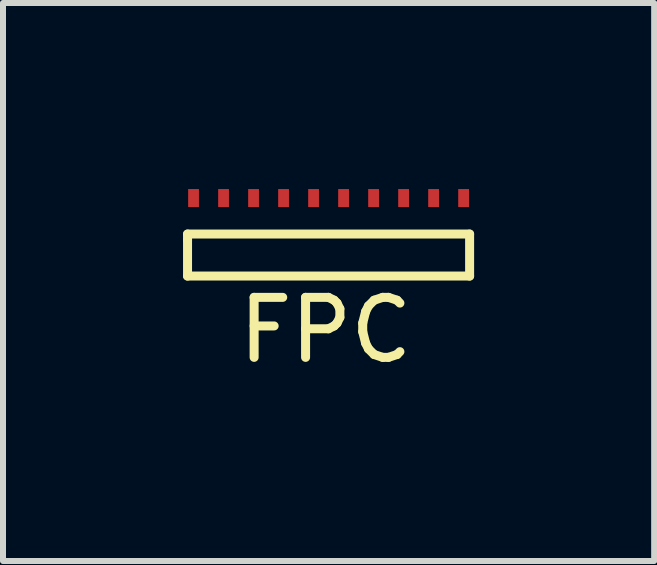
<source format=kicad_pcb>
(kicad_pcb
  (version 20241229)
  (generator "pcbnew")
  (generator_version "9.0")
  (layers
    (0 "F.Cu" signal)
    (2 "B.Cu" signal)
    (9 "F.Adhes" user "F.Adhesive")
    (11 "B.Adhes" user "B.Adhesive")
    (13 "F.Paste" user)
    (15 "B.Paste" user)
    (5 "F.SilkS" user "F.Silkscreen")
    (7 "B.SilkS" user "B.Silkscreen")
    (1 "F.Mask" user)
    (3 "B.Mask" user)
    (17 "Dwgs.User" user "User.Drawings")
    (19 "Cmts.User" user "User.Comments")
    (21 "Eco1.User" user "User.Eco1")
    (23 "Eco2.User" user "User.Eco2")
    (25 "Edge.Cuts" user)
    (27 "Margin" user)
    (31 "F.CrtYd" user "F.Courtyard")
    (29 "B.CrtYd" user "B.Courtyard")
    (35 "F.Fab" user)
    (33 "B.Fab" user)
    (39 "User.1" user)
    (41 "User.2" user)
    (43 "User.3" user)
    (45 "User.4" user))
  (footprint "FPC"
    (layer "F.Cu")
    (at 2.375 0.25)
    (property "Reference" "FPC" (at 0 2.2 0) (layer "F.SilkS") (effects (font (size 1 1) (thickness 0.15))))
    (attr through_hole)
    (fp_line (start -2.3 0.6) (end -2.3 0.7) (stroke (width 0.15) (type solid)) (layer "F.SilkS"))
    (fp_line (start -2.3 0.7) (end -2.3 1.3) (stroke (width 0.15) (type solid)) (layer "F.SilkS"))
    (fp_line (start -2.3 1.3) (end 2.4 1.3) (stroke (width 0.15) (type solid)) (layer "F.SilkS"))
    (fp_line (start 2.4 0.6) (end -2.3 0.6) (stroke (width 0.15) (type solid)) (layer "F.SilkS"))
    (fp_line (start 2.4 1.3) (end 2.4 0.6) (stroke (width 0.15) (type solid)) (layer "F.SilkS"))
    (pad "1" smd rect (at -2.2 0) (size 0.18 0.3) (layers "F.Cu" "F.Mask" "F.Paste"))
    (pad "2" smd rect (at -1.7 0) (size 0.18 0.3) (layers "F.Cu" "F.Mask" "F.Paste"))
    (pad "3" smd rect (at -1.2 0) (size 0.18 0.3) (layers "F.Cu" "F.Mask" "F.Paste"))
    (pad "4" smd rect (at -0.7 0) (size 0.18 0.3) (layers "F.Cu" "F.Mask" "F.Paste"))
    (pad "5" smd rect (at -0.2 0) (size 0.18 0.3) (layers "F.Cu" "F.Mask" "F.Paste"))
    (pad "6" smd rect (at 0.3 0) (size 0.18 0.3) (layers "F.Cu" "F.Mask" "F.Paste"))
    (pad "7" smd rect (at 0.8 0) (size 0.18 0.3) (layers "F.Cu" "F.Mask" "F.Paste"))
    (pad "8" smd rect (at 1.3 0) (size 0.18 0.3) (layers "F.Cu" "F.Mask" "F.Paste"))
    (pad "9" smd rect (at 1.8 0) (size 0.18 0.3) (layers "F.Cu" "F.Mask" "F.Paste"))
    (pad "10" smd rect (at 2.3 0) (size 0.18 0.3) (layers "F.Cu" "F.Mask" "F.Paste")))
  (gr_rect
    (start -3 -3)
    (end 7.85 6.298)
    (stroke (width 0.1) (type default))
    (fill no)
    (layer "Edge.Cuts")))
</source>
